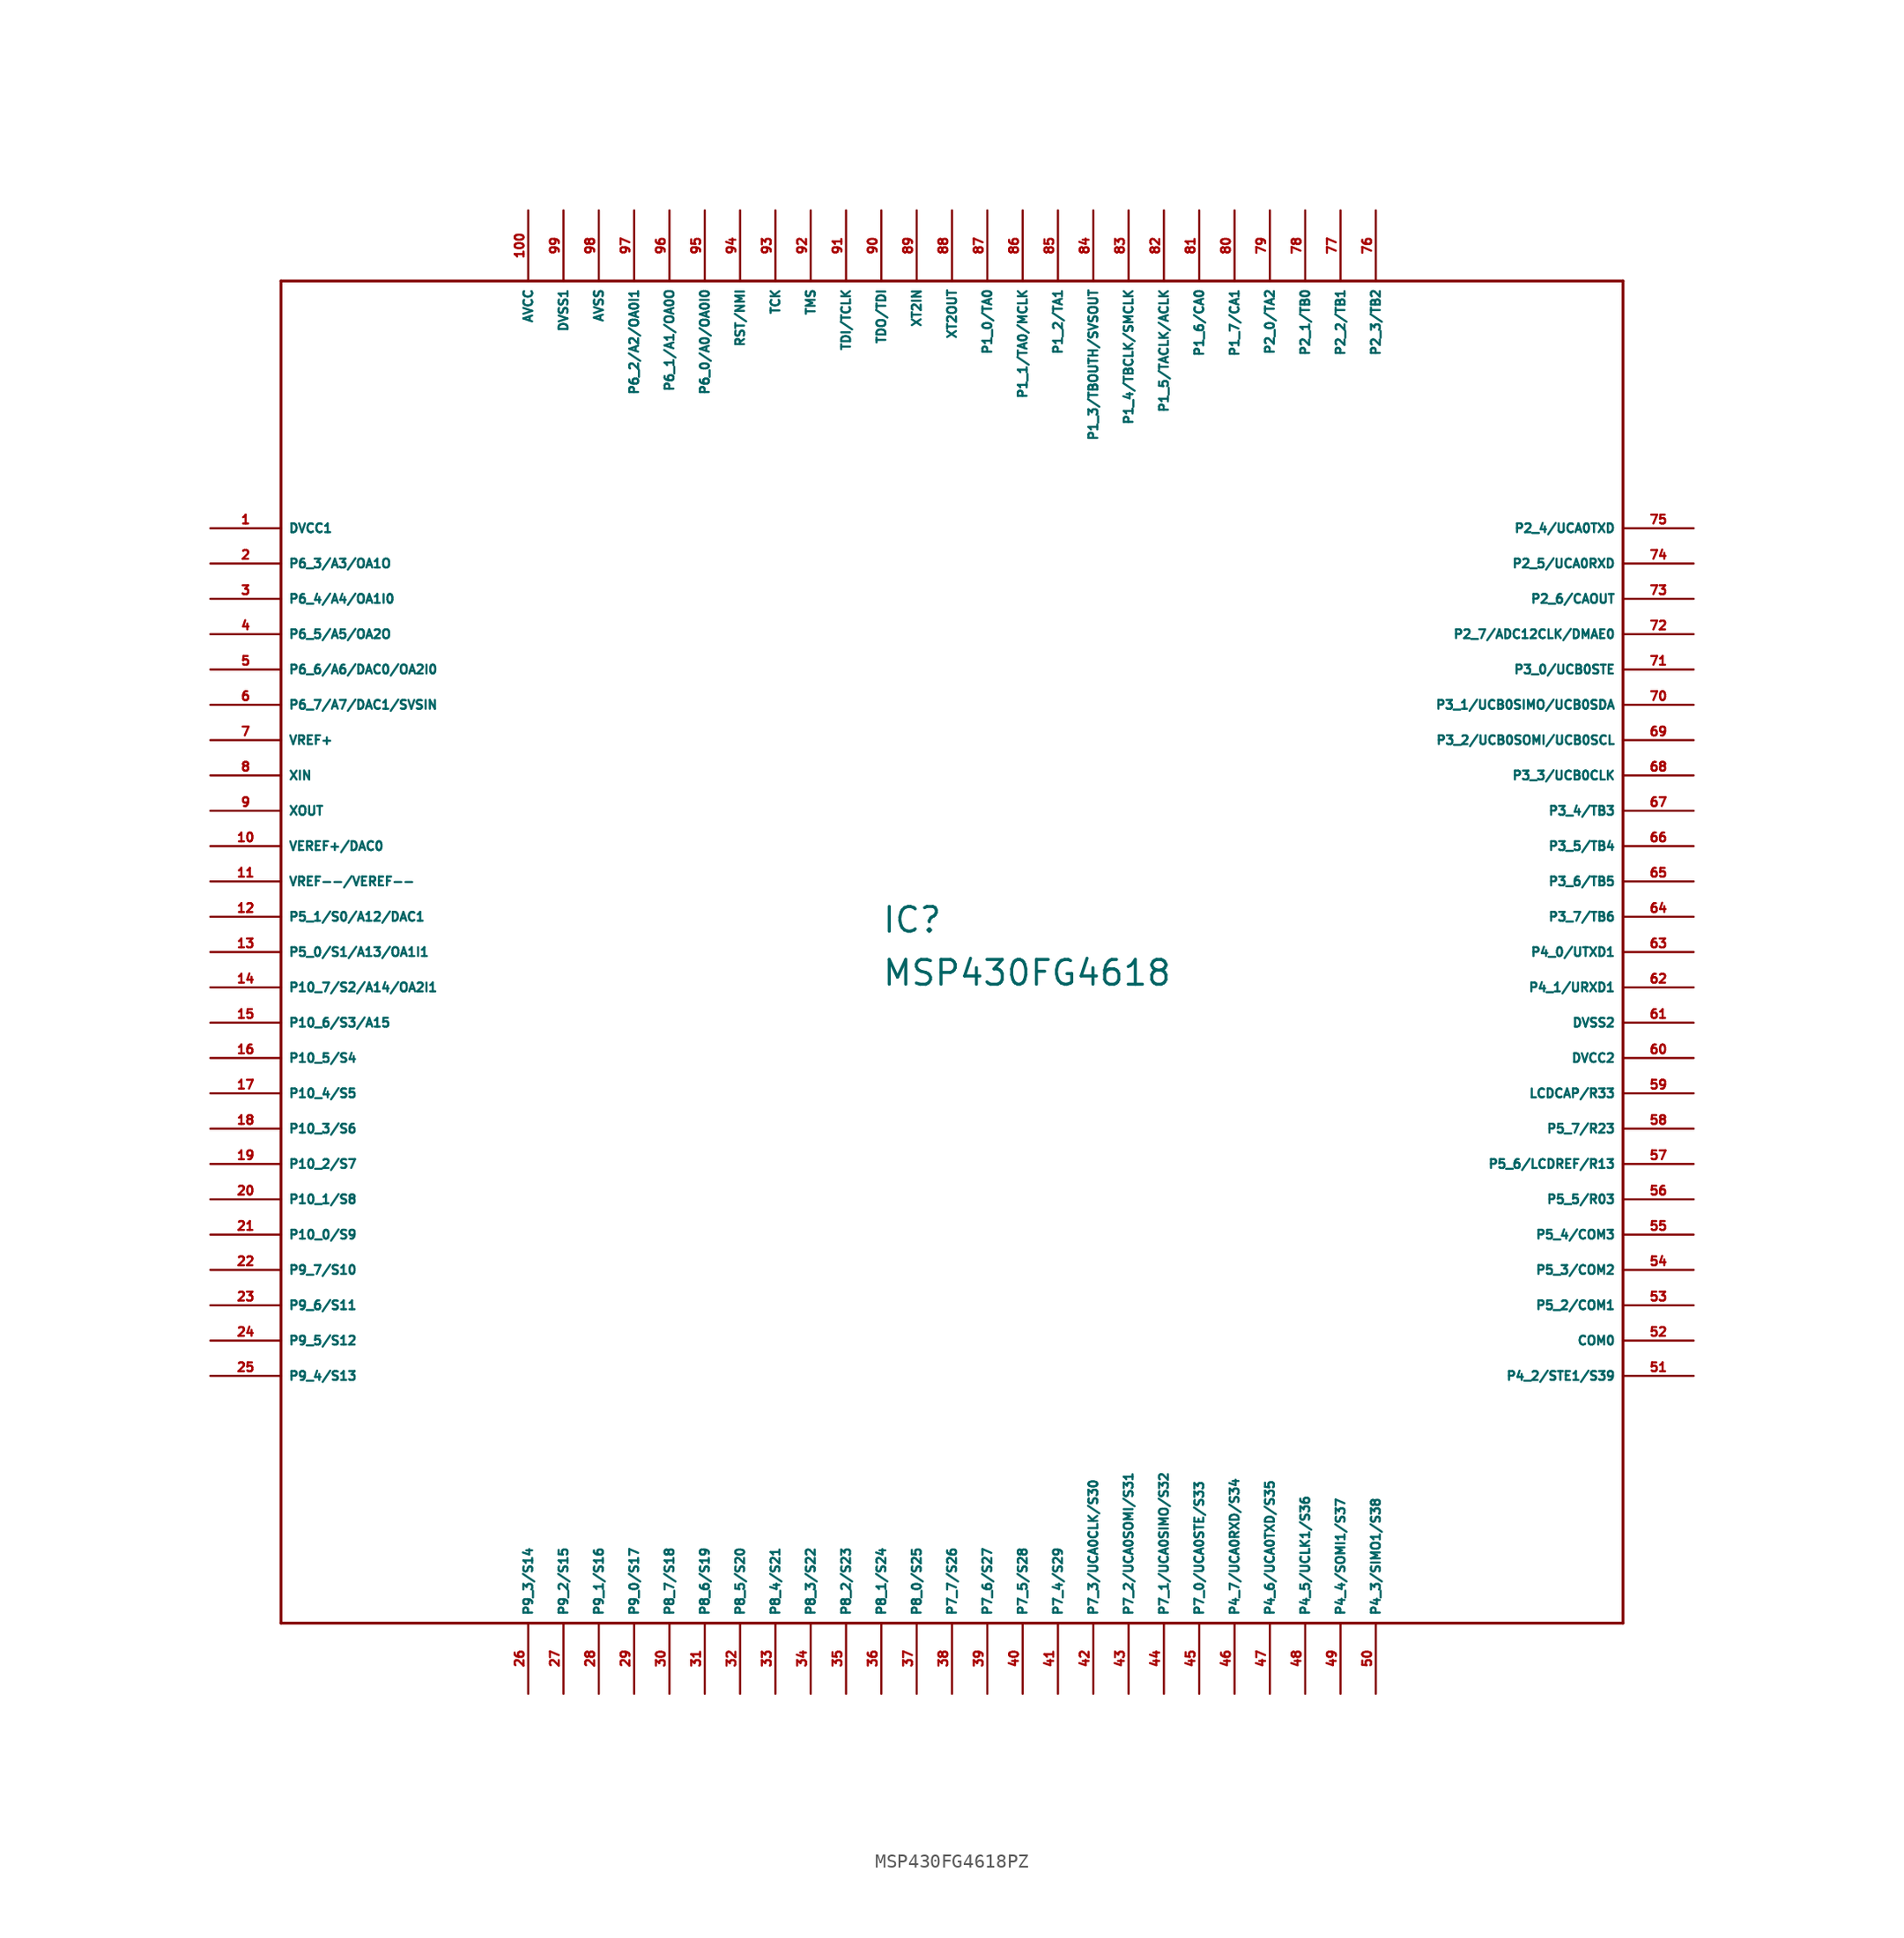
<source format=kicad_sym>
(kicad_symbol_lib
  (version 20220914)
  (generator Eagle2Kicad)
  (symbol "MSP430FG4618PZ"
    (property "Reference" "IC"
      (at -5.08 1.27 0)
      (effects (font (size 1.778 1.778) (thickness 0.22)) (justify left bottom)))
    (property "Value" "MSP430FG4618"
      (at -5.08 -2.54 0)
      (effects (font (size 1.778 1.778) (thickness 0.22)) (justify left bottom)))
    (polyline
      (pts (xy -48.26 -48.26) (xy 48.26 -48.26))
      (stroke (width 0.203) (type default))
      (fill (type none)))
    (polyline
      (pts (xy 48.26 -48.26) (xy 48.26 48.26))
      (stroke (width 0.203) (type default))
      (fill (type none)))
    (polyline
      (pts (xy 48.26 48.26) (xy -48.26 48.26))
      (stroke (width 0.203) (type default))
      (fill (type none)))
    (polyline
      (pts (xy -48.26 48.26) (xy -48.26 -48.26))
      (stroke (width 0.203) (type default))
      (fill (type none)))
    (pin unspecified line
      (at -53.34 30.48 0)
      (length 5.08)
      (name "DVCC1" (effects (font (size 0.635 0.635) (thickness 0.08)) (justify left bottom)))
      (number "1" (effects (font (size 0.635 0.635) (thickness 0.08)) (justify left bottom))))
    (pin bidirectional line
      (at -53.34 27.94 0)
      (length 5.08)
      (name "P6_3/A3/OA1O" (effects (font (size 0.635 0.635) (thickness 0.08)) (justify left bottom)))
      (number "2" (effects (font (size 0.635 0.635) (thickness 0.08)) (justify left bottom))))
    (pin bidirectional line
      (at -53.34 25.4 0)
      (length 5.08)
      (name "P6_4/A4/OA1I0" (effects (font (size 0.635 0.635) (thickness 0.08)) (justify left bottom)))
      (number "3" (effects (font (size 0.635 0.635) (thickness 0.08)) (justify left bottom))))
    (pin bidirectional line
      (at -53.34 22.86 0)
      (length 5.08)
      (name "P6_5/A5/OA2O" (effects (font (size 0.635 0.635) (thickness 0.08)) (justify left bottom)))
      (number "4" (effects (font (size 0.635 0.635) (thickness 0.08)) (justify left bottom))))
    (pin bidirectional line
      (at -53.34 20.32 0)
      (length 5.08)
      (name "P6_6/A6/DAC0/OA2I0" (effects (font (size 0.635 0.635) (thickness 0.08)) (justify left bottom)))
      (number "5" (effects (font (size 0.635 0.635) (thickness 0.08)) (justify left bottom))))
    (pin bidirectional line
      (at -53.34 17.78 0)
      (length 5.08)
      (name "P6_7/A7/DAC1/SVSIN" (effects (font (size 0.635 0.635) (thickness 0.08)) (justify left bottom)))
      (number "6" (effects (font (size 0.635 0.635) (thickness 0.08)) (justify left bottom))))
    (pin output line
      (at -53.34 15.24 0)
      (length 5.08)
      (name "VREF+" (effects (font (size 0.635 0.635) (thickness 0.08)) (justify left bottom)))
      (number "7" (effects (font (size 0.635 0.635) (thickness 0.08)) (justify left bottom))))
    (pin input line
      (at -53.34 12.7 0)
      (length 5.08)
      (name "XIN" (effects (font (size 0.635 0.635) (thickness 0.08)) (justify left bottom)))
      (number "8" (effects (font (size 0.635 0.635) (thickness 0.08)) (justify left bottom))))
    (pin output line
      (at -53.34 10.16 0)
      (length 5.08)
      (name "XOUT" (effects (font (size 0.635 0.635) (thickness 0.08)) (justify left bottom)))
      (number "9" (effects (font (size 0.635 0.635) (thickness 0.08)) (justify left bottom))))
    (pin bidirectional line
      (at -53.34 7.62 0)
      (length 5.08)
      (name "VEREF+/DAC0" (effects (font (size 0.635 0.635) (thickness 0.08)) (justify left bottom)))
      (number "10" (effects (font (size 0.635 0.635) (thickness 0.08)) (justify left bottom))))
    (pin input line
      (at -53.34 5.08 0)
      (length 5.08)
      (name "VREF--/VEREF--" (effects (font (size 0.635 0.635) (thickness 0.08)) (justify left bottom)))
      (number "11" (effects (font (size 0.635 0.635) (thickness 0.08)) (justify left bottom))))
    (pin bidirectional line
      (at -53.34 2.54 0)
      (length 5.08)
      (name "P5_1/S0/A12/DAC1" (effects (font (size 0.635 0.635) (thickness 0.08)) (justify left bottom)))
      (number "12" (effects (font (size 0.635 0.635) (thickness 0.08)) (justify left bottom))))
    (pin bidirectional line
      (at -53.34 0 0)
      (length 5.08)
      (name "P5_0/S1/A13/OA1I1" (effects (font (size 0.635 0.635) (thickness 0.08)) (justify left bottom)))
      (number "13" (effects (font (size 0.635 0.635) (thickness 0.08)) (justify left bottom))))
    (pin bidirectional line
      (at -53.34 -2.54 0)
      (length 5.08)
      (name "P10_7/S2/A14/OA2I1" (effects (font (size 0.635 0.635) (thickness 0.08)) (justify left bottom)))
      (number "14" (effects (font (size 0.635 0.635) (thickness 0.08)) (justify left bottom))))
    (pin bidirectional line
      (at -53.34 -5.08 0)
      (length 5.08)
      (name "P10_6/S3/A15" (effects (font (size 0.635 0.635) (thickness 0.08)) (justify left bottom)))
      (number "15" (effects (font (size 0.635 0.635) (thickness 0.08)) (justify left bottom))))
    (pin bidirectional line
      (at -53.34 -7.62 0)
      (length 5.08)
      (name "P10_5/S4" (effects (font (size 0.635 0.635) (thickness 0.08)) (justify left bottom)))
      (number "16" (effects (font (size 0.635 0.635) (thickness 0.08)) (justify left bottom))))
    (pin bidirectional line
      (at -53.34 -10.16 0)
      (length 5.08)
      (name "P10_4/S5" (effects (font (size 0.635 0.635) (thickness 0.08)) (justify left bottom)))
      (number "17" (effects (font (size 0.635 0.635) (thickness 0.08)) (justify left bottom))))
    (pin bidirectional line
      (at -53.34 -12.7 0)
      (length 5.08)
      (name "P10_3/S6" (effects (font (size 0.635 0.635) (thickness 0.08)) (justify left bottom)))
      (number "18" (effects (font (size 0.635 0.635) (thickness 0.08)) (justify left bottom))))
    (pin bidirectional line
      (at -53.34 -15.24 0)
      (length 5.08)
      (name "P10_2/S7" (effects (font (size 0.635 0.635) (thickness 0.08)) (justify left bottom)))
      (number "19" (effects (font (size 0.635 0.635) (thickness 0.08)) (justify left bottom))))
    (pin bidirectional line
      (at -53.34 -17.78 0)
      (length 5.08)
      (name "P10_1/S8" (effects (font (size 0.635 0.635) (thickness 0.08)) (justify left bottom)))
      (number "20" (effects (font (size 0.635 0.635) (thickness 0.08)) (justify left bottom))))
    (pin bidirectional line
      (at -53.34 -20.32 0)
      (length 5.08)
      (name "P10_0/S9" (effects (font (size 0.635 0.635) (thickness 0.08)) (justify left bottom)))
      (number "21" (effects (font (size 0.635 0.635) (thickness 0.08)) (justify left bottom))))
    (pin bidirectional line
      (at -53.34 -22.86 0)
      (length 5.08)
      (name "P9_7/S10" (effects (font (size 0.635 0.635) (thickness 0.08)) (justify left bottom)))
      (number "22" (effects (font (size 0.635 0.635) (thickness 0.08)) (justify left bottom))))
    (pin bidirectional line
      (at -53.34 -25.4 0)
      (length 5.08)
      (name "P9_6/S11" (effects (font (size 0.635 0.635) (thickness 0.08)) (justify left bottom)))
      (number "23" (effects (font (size 0.635 0.635) (thickness 0.08)) (justify left bottom))))
    (pin bidirectional line
      (at -53.34 -27.94 0)
      (length 5.08)
      (name "P9_5/S12" (effects (font (size 0.635 0.635) (thickness 0.08)) (justify left bottom)))
      (number "24" (effects (font (size 0.635 0.635) (thickness 0.08)) (justify left bottom))))
    (pin bidirectional line
      (at -53.34 -30.48 0)
      (length 5.08)
      (name "P9_4/S13" (effects (font (size 0.635 0.635) (thickness 0.08)) (justify left bottom)))
      (number "25" (effects (font (size 0.635 0.635) (thickness 0.08)) (justify left bottom))))
    (pin bidirectional line
      (at -30.48 -53.34 90)
      (length 5.08)
      (name "P9_3/S14" (effects (font (size 0.635 0.635) (thickness 0.08)) (justify left bottom)))
      (number "26" (effects (font (size 0.635 0.635) (thickness 0.08)) (justify left bottom))))
    (pin bidirectional line
      (at -27.94 -53.34 90)
      (length 5.08)
      (name "P9_2/S15" (effects (font (size 0.635 0.635) (thickness 0.08)) (justify left bottom)))
      (number "27" (effects (font (size 0.635 0.635) (thickness 0.08)) (justify left bottom))))
    (pin bidirectional line
      (at -25.4 -53.34 90)
      (length 5.08)
      (name "P9_1/S16" (effects (font (size 0.635 0.635) (thickness 0.08)) (justify left bottom)))
      (number "28" (effects (font (size 0.635 0.635) (thickness 0.08)) (justify left bottom))))
    (pin bidirectional line
      (at -22.86 -53.34 90)
      (length 5.08)
      (name "P9_0/S17" (effects (font (size 0.635 0.635) (thickness 0.08)) (justify left bottom)))
      (number "29" (effects (font (size 0.635 0.635) (thickness 0.08)) (justify left bottom))))
    (pin bidirectional line
      (at -20.32 -53.34 90)
      (length 5.08)
      (name "P8_7/S18" (effects (font (size 0.635 0.635) (thickness 0.08)) (justify left bottom)))
      (number "30" (effects (font (size 0.635 0.635) (thickness 0.08)) (justify left bottom))))
    (pin bidirectional line
      (at -17.78 -53.34 90)
      (length 5.08)
      (name "P8_6/S19" (effects (font (size 0.635 0.635) (thickness 0.08)) (justify left bottom)))
      (number "31" (effects (font (size 0.635 0.635) (thickness 0.08)) (justify left bottom))))
    (pin bidirectional line
      (at -15.24 -53.34 90)
      (length 5.08)
      (name "P8_5/S20" (effects (font (size 0.635 0.635) (thickness 0.08)) (justify left bottom)))
      (number "32" (effects (font (size 0.635 0.635) (thickness 0.08)) (justify left bottom))))
    (pin bidirectional line
      (at -12.7 -53.34 90)
      (length 5.08)
      (name "P8_4/S21" (effects (font (size 0.635 0.635) (thickness 0.08)) (justify left bottom)))
      (number "33" (effects (font (size 0.635 0.635) (thickness 0.08)) (justify left bottom))))
    (pin bidirectional line
      (at -10.16 -53.34 90)
      (length 5.08)
      (name "P8_3/S22" (effects (font (size 0.635 0.635) (thickness 0.08)) (justify left bottom)))
      (number "34" (effects (font (size 0.635 0.635) (thickness 0.08)) (justify left bottom))))
    (pin bidirectional line
      (at -7.62 -53.34 90)
      (length 5.08)
      (name "P8_2/S23" (effects (font (size 0.635 0.635) (thickness 0.08)) (justify left bottom)))
      (number "35" (effects (font (size 0.635 0.635) (thickness 0.08)) (justify left bottom))))
    (pin bidirectional line
      (at -5.08 -53.34 90)
      (length 5.08)
      (name "P8_1/S24" (effects (font (size 0.635 0.635) (thickness 0.08)) (justify left bottom)))
      (number "36" (effects (font (size 0.635 0.635) (thickness 0.08)) (justify left bottom))))
    (pin bidirectional line
      (at -2.54 -53.34 90)
      (length 5.08)
      (name "P8_0/S25" (effects (font (size 0.635 0.635) (thickness 0.08)) (justify left bottom)))
      (number "37" (effects (font (size 0.635 0.635) (thickness 0.08)) (justify left bottom))))
    (pin bidirectional line
      (at 0 -53.34 90)
      (length 5.08)
      (name "P7_7/S26" (effects (font (size 0.635 0.635) (thickness 0.08)) (justify left bottom)))
      (number "38" (effects (font (size 0.635 0.635) (thickness 0.08)) (justify left bottom))))
    (pin bidirectional line
      (at 2.54 -53.34 90)
      (length 5.08)
      (name "P7_6/S27" (effects (font (size 0.635 0.635) (thickness 0.08)) (justify left bottom)))
      (number "39" (effects (font (size 0.635 0.635) (thickness 0.08)) (justify left bottom))))
    (pin bidirectional line
      (at 5.08 -53.34 90)
      (length 5.08)
      (name "P7_5/S28" (effects (font (size 0.635 0.635) (thickness 0.08)) (justify left bottom)))
      (number "40" (effects (font (size 0.635 0.635) (thickness 0.08)) (justify left bottom))))
    (pin bidirectional line
      (at 7.62 -53.34 90)
      (length 5.08)
      (name "P7_4/S29" (effects (font (size 0.635 0.635) (thickness 0.08)) (justify left bottom)))
      (number "41" (effects (font (size 0.635 0.635) (thickness 0.08)) (justify left bottom))))
    (pin bidirectional line
      (at 10.16 -53.34 90)
      (length 5.08)
      (name "P7_3/UCA0CLK/S30" (effects (font (size 0.635 0.635) (thickness 0.08)) (justify left bottom)))
      (number "42" (effects (font (size 0.635 0.635) (thickness 0.08)) (justify left bottom))))
    (pin bidirectional line
      (at 12.7 -53.34 90)
      (length 5.08)
      (name "P7_2/UCA0SOMI/S31" (effects (font (size 0.635 0.635) (thickness 0.08)) (justify left bottom)))
      (number "43" (effects (font (size 0.635 0.635) (thickness 0.08)) (justify left bottom))))
    (pin bidirectional line
      (at 15.24 -53.34 90)
      (length 5.08)
      (name "P7_1/UCA0SIMO/S32" (effects (font (size 0.635 0.635) (thickness 0.08)) (justify left bottom)))
      (number "44" (effects (font (size 0.635 0.635) (thickness 0.08)) (justify left bottom))))
    (pin bidirectional line
      (at 17.78 -53.34 90)
      (length 5.08)
      (name "P7_0/UCA0STE/S33" (effects (font (size 0.635 0.635) (thickness 0.08)) (justify left bottom)))
      (number "45" (effects (font (size 0.635 0.635) (thickness 0.08)) (justify left bottom))))
    (pin bidirectional line
      (at 20.32 -53.34 90)
      (length 5.08)
      (name "P4_7/UCA0RXD/S34" (effects (font (size 0.635 0.635) (thickness 0.08)) (justify left bottom)))
      (number "46" (effects (font (size 0.635 0.635) (thickness 0.08)) (justify left bottom))))
    (pin bidirectional line
      (at 22.86 -53.34 90)
      (length 5.08)
      (name "P4_6/UCA0TXD/S35" (effects (font (size 0.635 0.635) (thickness 0.08)) (justify left bottom)))
      (number "47" (effects (font (size 0.635 0.635) (thickness 0.08)) (justify left bottom))))
    (pin bidirectional line
      (at 25.4 -53.34 90)
      (length 5.08)
      (name "P4_5/UCLK1/S36" (effects (font (size 0.635 0.635) (thickness 0.08)) (justify left bottom)))
      (number "48" (effects (font (size 0.635 0.635) (thickness 0.08)) (justify left bottom))))
    (pin bidirectional line
      (at 27.94 -53.34 90)
      (length 5.08)
      (name "P4_4/SOMI1/S37" (effects (font (size 0.635 0.635) (thickness 0.08)) (justify left bottom)))
      (number "49" (effects (font (size 0.635 0.635) (thickness 0.08)) (justify left bottom))))
    (pin bidirectional line
      (at 30.48 -53.34 90)
      (length 5.08)
      (name "P4_3/SIMO1/S38" (effects (font (size 0.635 0.635) (thickness 0.08)) (justify left bottom)))
      (number "50" (effects (font (size 0.635 0.635) (thickness 0.08)) (justify left bottom))))
    (pin bidirectional line
      (at 53.34 -30.48 180)
      (length 5.08)
      (name "P4_2/STE1/S39" (effects (font (size 0.635 0.635) (thickness 0.08)) (justify left bottom)))
      (number "51" (effects (font (size 0.635 0.635) (thickness 0.08)) (justify left bottom))))
    (pin output line
      (at 53.34 -27.94 180)
      (length 5.08)
      (name "COM0" (effects (font (size 0.635 0.635) (thickness 0.08)) (justify left bottom)))
      (number "52" (effects (font (size 0.635 0.635) (thickness 0.08)) (justify left bottom))))
    (pin bidirectional line
      (at 53.34 -25.4 180)
      (length 5.08)
      (name "P5_2/COM1" (effects (font (size 0.635 0.635) (thickness 0.08)) (justify left bottom)))
      (number "53" (effects (font (size 0.635 0.635) (thickness 0.08)) (justify left bottom))))
    (pin bidirectional line
      (at 53.34 -22.86 180)
      (length 5.08)
      (name "P5_3/COM2" (effects (font (size 0.635 0.635) (thickness 0.08)) (justify left bottom)))
      (number "54" (effects (font (size 0.635 0.635) (thickness 0.08)) (justify left bottom))))
    (pin bidirectional line
      (at 53.34 -20.32 180)
      (length 5.08)
      (name "P5_4/COM3" (effects (font (size 0.635 0.635) (thickness 0.08)) (justify left bottom)))
      (number "55" (effects (font (size 0.635 0.635) (thickness 0.08)) (justify left bottom))))
    (pin bidirectional line
      (at 53.34 -17.78 180)
      (length 5.08)
      (name "P5_5/R03" (effects (font (size 0.635 0.635) (thickness 0.08)) (justify left bottom)))
      (number "56" (effects (font (size 0.635 0.635) (thickness 0.08)) (justify left bottom))))
    (pin bidirectional line
      (at 53.34 -15.24 180)
      (length 5.08)
      (name "P5_6/LCDREF/R13" (effects (font (size 0.635 0.635) (thickness 0.08)) (justify left bottom)))
      (number "57" (effects (font (size 0.635 0.635) (thickness 0.08)) (justify left bottom))))
    (pin bidirectional line
      (at 53.34 -12.7 180)
      (length 5.08)
      (name "P5_7/R23" (effects (font (size 0.635 0.635) (thickness 0.08)) (justify left bottom)))
      (number "58" (effects (font (size 0.635 0.635) (thickness 0.08)) (justify left bottom))))
    (pin input line
      (at 53.34 -10.16 180)
      (length 5.08)
      (name "LCDCAP/R33" (effects (font (size 0.635 0.635) (thickness 0.08)) (justify left bottom)))
      (number "59" (effects (font (size 0.635 0.635) (thickness 0.08)) (justify left bottom))))
    (pin unspecified line
      (at 53.34 -7.62 180)
      (length 5.08)
      (name "DVCC2" (effects (font (size 0.635 0.635) (thickness 0.08)) (justify left bottom)))
      (number "60" (effects (font (size 0.635 0.635) (thickness 0.08)) (justify left bottom))))
    (pin unspecified line
      (at 53.34 -5.08 180)
      (length 5.08)
      (name "DVSS2" (effects (font (size 0.635 0.635) (thickness 0.08)) (justify left bottom)))
      (number "61" (effects (font (size 0.635 0.635) (thickness 0.08)) (justify left bottom))))
    (pin bidirectional line
      (at 53.34 -2.54 180)
      (length 5.08)
      (name "P4_1/URXD1" (effects (font (size 0.635 0.635) (thickness 0.08)) (justify left bottom)))
      (number "62" (effects (font (size 0.635 0.635) (thickness 0.08)) (justify left bottom))))
    (pin bidirectional line
      (at 53.34 0 180)
      (length 5.08)
      (name "P4_0/UTXD1" (effects (font (size 0.635 0.635) (thickness 0.08)) (justify left bottom)))
      (number "63" (effects (font (size 0.635 0.635) (thickness 0.08)) (justify left bottom))))
    (pin bidirectional line
      (at 53.34 2.54 180)
      (length 5.08)
      (name "P3_7/TB6" (effects (font (size 0.635 0.635) (thickness 0.08)) (justify left bottom)))
      (number "64" (effects (font (size 0.635 0.635) (thickness 0.08)) (justify left bottom))))
    (pin bidirectional line
      (at 53.34 5.08 180)
      (length 5.08)
      (name "P3_6/TB5" (effects (font (size 0.635 0.635) (thickness 0.08)) (justify left bottom)))
      (number "65" (effects (font (size 0.635 0.635) (thickness 0.08)) (justify left bottom))))
    (pin bidirectional line
      (at 53.34 7.62 180)
      (length 5.08)
      (name "P3_5/TB4" (effects (font (size 0.635 0.635) (thickness 0.08)) (justify left bottom)))
      (number "66" (effects (font (size 0.635 0.635) (thickness 0.08)) (justify left bottom))))
    (pin bidirectional line
      (at 53.34 10.16 180)
      (length 5.08)
      (name "P3_4/TB3" (effects (font (size 0.635 0.635) (thickness 0.08)) (justify left bottom)))
      (number "67" (effects (font (size 0.635 0.635) (thickness 0.08)) (justify left bottom))))
    (pin bidirectional line
      (at 53.34 12.7 180)
      (length 5.08)
      (name "P3_3/UCB0CLK" (effects (font (size 0.635 0.635) (thickness 0.08)) (justify left bottom)))
      (number "68" (effects (font (size 0.635 0.635) (thickness 0.08)) (justify left bottom))))
    (pin bidirectional line
      (at 53.34 15.24 180)
      (length 5.08)
      (name "P3_2/UCB0SOMI/UCB0SCL" (effects (font (size 0.635 0.635) (thickness 0.08)) (justify left bottom)))
      (number "69" (effects (font (size 0.635 0.635) (thickness 0.08)) (justify left bottom))))
    (pin bidirectional line
      (at 53.34 17.78 180)
      (length 5.08)
      (name "P3_1/UCB0SIMO/UCB0SDA" (effects (font (size 0.635 0.635) (thickness 0.08)) (justify left bottom)))
      (number "70" (effects (font (size 0.635 0.635) (thickness 0.08)) (justify left bottom))))
    (pin bidirectional line
      (at 53.34 20.32 180)
      (length 5.08)
      (name "P3_0/UCB0STE" (effects (font (size 0.635 0.635) (thickness 0.08)) (justify left bottom)))
      (number "71" (effects (font (size 0.635 0.635) (thickness 0.08)) (justify left bottom))))
    (pin bidirectional line
      (at 53.34 22.86 180)
      (length 5.08)
      (name "P2_7/ADC12CLK/DMAE0" (effects (font (size 0.635 0.635) (thickness 0.08)) (justify left bottom)))
      (number "72" (effects (font (size 0.635 0.635) (thickness 0.08)) (justify left bottom))))
    (pin bidirectional line
      (at 53.34 25.4 180)
      (length 5.08)
      (name "P2_6/CAOUT" (effects (font (size 0.635 0.635) (thickness 0.08)) (justify left bottom)))
      (number "73" (effects (font (size 0.635 0.635) (thickness 0.08)) (justify left bottom))))
    (pin bidirectional line
      (at 53.34 27.94 180)
      (length 5.08)
      (name "P2_5/UCA0RXD" (effects (font (size 0.635 0.635) (thickness 0.08)) (justify left bottom)))
      (number "74" (effects (font (size 0.635 0.635) (thickness 0.08)) (justify left bottom))))
    (pin bidirectional line
      (at 53.34 30.48 180)
      (length 5.08)
      (name "P2_4/UCA0TXD" (effects (font (size 0.635 0.635) (thickness 0.08)) (justify left bottom)))
      (number "75" (effects (font (size 0.635 0.635) (thickness 0.08)) (justify left bottom))))
    (pin bidirectional line
      (at 30.48 53.34 270)
      (length 5.08)
      (name "P2_3/TB2" (effects (font (size 0.635 0.635) (thickness 0.08)) (justify left bottom)))
      (number "76" (effects (font (size 0.635 0.635) (thickness 0.08)) (justify left bottom))))
    (pin bidirectional line
      (at 27.94 53.34 270)
      (length 5.08)
      (name "P2_2/TB1" (effects (font (size 0.635 0.635) (thickness 0.08)) (justify left bottom)))
      (number "77" (effects (font (size 0.635 0.635) (thickness 0.08)) (justify left bottom))))
    (pin bidirectional line
      (at 25.4 53.34 270)
      (length 5.08)
      (name "P2_1/TB0" (effects (font (size 0.635 0.635) (thickness 0.08)) (justify left bottom)))
      (number "78" (effects (font (size 0.635 0.635) (thickness 0.08)) (justify left bottom))))
    (pin bidirectional line
      (at 22.86 53.34 270)
      (length 5.08)
      (name "P2_0/TA2" (effects (font (size 0.635 0.635) (thickness 0.08)) (justify left bottom)))
      (number "79" (effects (font (size 0.635 0.635) (thickness 0.08)) (justify left bottom))))
    (pin bidirectional line
      (at 20.32 53.34 270)
      (length 5.08)
      (name "P1_7/CA1" (effects (font (size 0.635 0.635) (thickness 0.08)) (justify left bottom)))
      (number "80" (effects (font (size 0.635 0.635) (thickness 0.08)) (justify left bottom))))
    (pin bidirectional line
      (at 17.78 53.34 270)
      (length 5.08)
      (name "P1_6/CA0" (effects (font (size 0.635 0.635) (thickness 0.08)) (justify left bottom)))
      (number "81" (effects (font (size 0.635 0.635) (thickness 0.08)) (justify left bottom))))
    (pin bidirectional line
      (at 15.24 53.34 270)
      (length 5.08)
      (name "P1_5/TACLK/ACLK" (effects (font (size 0.635 0.635) (thickness 0.08)) (justify left bottom)))
      (number "82" (effects (font (size 0.635 0.635) (thickness 0.08)) (justify left bottom))))
    (pin bidirectional line
      (at 12.7 53.34 270)
      (length 5.08)
      (name "P1_4/TBCLK/SMCLK" (effects (font (size 0.635 0.635) (thickness 0.08)) (justify left bottom)))
      (number "83" (effects (font (size 0.635 0.635) (thickness 0.08)) (justify left bottom))))
    (pin bidirectional line
      (at 10.16 53.34 270)
      (length 5.08)
      (name "P1_3/TBOUTH/SVSOUT" (effects (font (size 0.635 0.635) (thickness 0.08)) (justify left bottom)))
      (number "84" (effects (font (size 0.635 0.635) (thickness 0.08)) (justify left bottom))))
    (pin bidirectional line
      (at 7.62 53.34 270)
      (length 5.08)
      (name "P1_2/TA1" (effects (font (size 0.635 0.635) (thickness 0.08)) (justify left bottom)))
      (number "85" (effects (font (size 0.635 0.635) (thickness 0.08)) (justify left bottom))))
    (pin bidirectional line
      (at 5.08 53.34 270)
      (length 5.08)
      (name "P1_1/TA0/MCLK" (effects (font (size 0.635 0.635) (thickness 0.08)) (justify left bottom)))
      (number "86" (effects (font (size 0.635 0.635) (thickness 0.08)) (justify left bottom))))
    (pin bidirectional line
      (at 2.54 53.34 270)
      (length 5.08)
      (name "P1_0/TA0" (effects (font (size 0.635 0.635) (thickness 0.08)) (justify left bottom)))
      (number "87" (effects (font (size 0.635 0.635) (thickness 0.08)) (justify left bottom))))
    (pin output line
      (at 0 53.34 270)
      (length 5.08)
      (name "XT2OUT" (effects (font (size 0.635 0.635) (thickness 0.08)) (justify left bottom)))
      (number "88" (effects (font (size 0.635 0.635) (thickness 0.08)) (justify left bottom))))
    (pin input line
      (at -2.54 53.34 270)
      (length 5.08)
      (name "XT2IN" (effects (font (size 0.635 0.635) (thickness 0.08)) (justify left bottom)))
      (number "89" (effects (font (size 0.635 0.635) (thickness 0.08)) (justify left bottom))))
    (pin bidirectional line
      (at -5.08 53.34 270)
      (length 5.08)
      (name "TDO/TDI" (effects (font (size 0.635 0.635) (thickness 0.08)) (justify left bottom)))
      (number "90" (effects (font (size 0.635 0.635) (thickness 0.08)) (justify left bottom))))
    (pin input line
      (at -7.62 53.34 270)
      (length 5.08)
      (name "TDI/TCLK" (effects (font (size 0.635 0.635) (thickness 0.08)) (justify left bottom)))
      (number "91" (effects (font (size 0.635 0.635) (thickness 0.08)) (justify left bottom))))
    (pin input line
      (at -10.16 53.34 270)
      (length 5.08)
      (name "TMS" (effects (font (size 0.635 0.635) (thickness 0.08)) (justify left bottom)))
      (number "92" (effects (font (size 0.635 0.635) (thickness 0.08)) (justify left bottom))))
    (pin input line
      (at -12.7 53.34 270)
      (length 5.08)
      (name "TCK" (effects (font (size 0.635 0.635) (thickness 0.08)) (justify left bottom)))
      (number "93" (effects (font (size 0.635 0.635) (thickness 0.08)) (justify left bottom))))
    (pin input line
      (at -15.24 53.34 270)
      (length 5.08)
      (name "RST/NMI" (effects (font (size 0.635 0.635) (thickness 0.08)) (justify left bottom)))
      (number "94" (effects (font (size 0.635 0.635) (thickness 0.08)) (justify left bottom))))
    (pin bidirectional line
      (at -17.78 53.34 270)
      (length 5.08)
      (name "P6_0/A0/OA0I0" (effects (font (size 0.635 0.635) (thickness 0.08)) (justify left bottom)))
      (number "95" (effects (font (size 0.635 0.635) (thickness 0.08)) (justify left bottom))))
    (pin bidirectional line
      (at -20.32 53.34 270)
      (length 5.08)
      (name "P6_1/A1/OA0O" (effects (font (size 0.635 0.635) (thickness 0.08)) (justify left bottom)))
      (number "96" (effects (font (size 0.635 0.635) (thickness 0.08)) (justify left bottom))))
    (pin bidirectional line
      (at -22.86 53.34 270)
      (length 5.08)
      (name "P6_2/A2/OA0I1" (effects (font (size 0.635 0.635) (thickness 0.08)) (justify left bottom)))
      (number "97" (effects (font (size 0.635 0.635) (thickness 0.08)) (justify left bottom))))
    (pin unspecified line
      (at -25.4 53.34 270)
      (length 5.08)
      (name "AVSS" (effects (font (size 0.635 0.635) (thickness 0.08)) (justify left bottom)))
      (number "98" (effects (font (size 0.635 0.635) (thickness 0.08)) (justify left bottom))))
    (pin unspecified line
      (at -27.94 53.34 270)
      (length 5.08)
      (name "DVSS1" (effects (font (size 0.635 0.635) (thickness 0.08)) (justify left bottom)))
      (number "99" (effects (font (size 0.635 0.635) (thickness 0.08)) (justify left bottom))))
    (pin unspecified line
      (at -30.48 53.34 270)
      (length 5.08)
      (name "AVCC" (effects (font (size 0.635 0.635) (thickness 0.08)) (justify left bottom)))
      (number "100" (effects (font (size 0.635 0.635) (thickness 0.08)) (justify left bottom))))))
</source>
